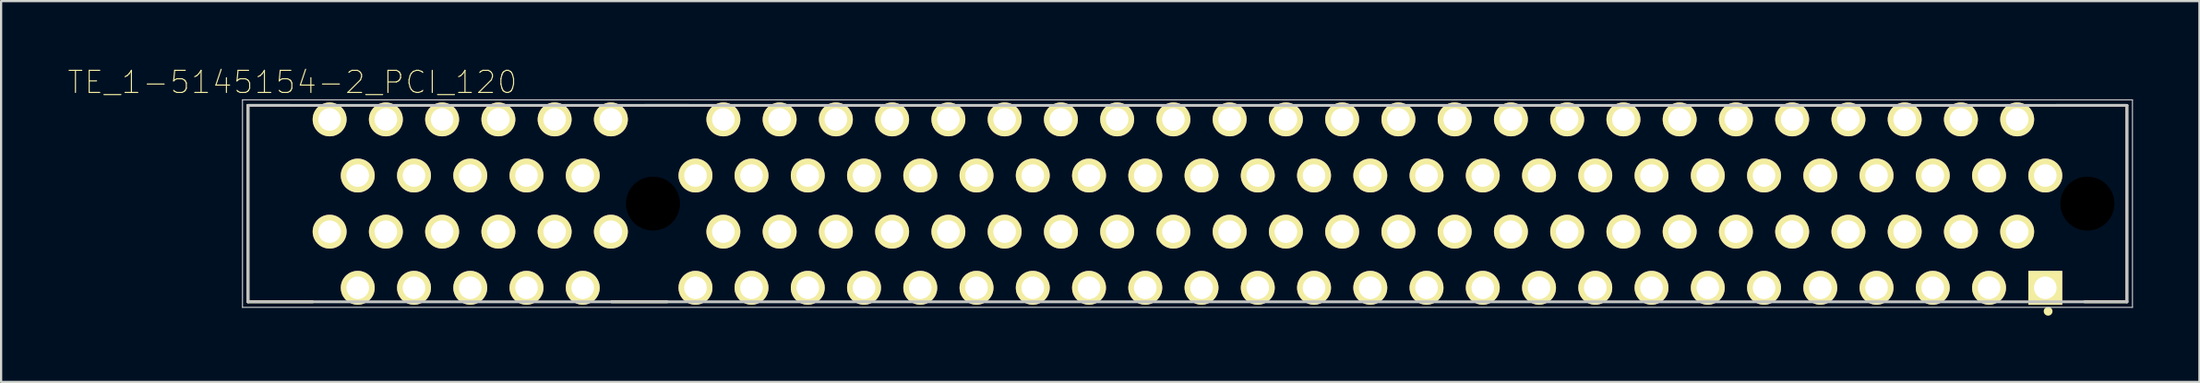
<source format=kicad_pcb>
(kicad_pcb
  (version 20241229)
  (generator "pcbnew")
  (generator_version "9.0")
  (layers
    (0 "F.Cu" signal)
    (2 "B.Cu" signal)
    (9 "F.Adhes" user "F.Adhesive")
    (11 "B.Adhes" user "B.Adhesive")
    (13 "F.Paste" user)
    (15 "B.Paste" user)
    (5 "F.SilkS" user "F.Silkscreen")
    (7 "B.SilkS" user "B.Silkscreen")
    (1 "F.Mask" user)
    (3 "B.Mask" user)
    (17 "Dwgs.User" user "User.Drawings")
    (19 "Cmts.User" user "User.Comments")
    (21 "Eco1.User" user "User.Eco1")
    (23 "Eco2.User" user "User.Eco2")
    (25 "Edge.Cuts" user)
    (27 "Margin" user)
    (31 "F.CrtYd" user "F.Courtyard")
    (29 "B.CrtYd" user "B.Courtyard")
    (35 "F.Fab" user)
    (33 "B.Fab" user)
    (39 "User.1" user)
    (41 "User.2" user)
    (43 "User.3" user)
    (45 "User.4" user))
  (footprint "TE_1-5145154-2_PCI_120"
    (layer "F.Cu")
    (at 50.569 6.165)
    (property "Reference" "TE_1-5145154-2_PCI_120" (at -40.416 -5.491 0) (layer "F.SilkS") (effects (font (size 1.001 1.001) (thickness 0.05))))
    (attr through_hole)
    (fp_line (start -42.42 -4.445) (end -40.5 -4.445) (stroke (width 0.127) (type solid)) (layer "F.SilkS"))
    (fp_line (start -42.42 4.445) (end -42.42 -4.445) (stroke (width 0.127) (type solid)) (layer "F.SilkS"))
    (fp_line (start -42.42 4.445) (end -39.5 4.445) (stroke (width 0.127) (type solid)) (layer "F.SilkS"))
    (fp_line (start -26 4.445) (end -23.5 4.445) (stroke (width 0.127) (type solid)) (layer "F.SilkS"))
    (fp_line (start -24.5 -4.445) (end -22.5 -4.445) (stroke (width 0.127) (type solid)) (layer "F.SilkS"))
    (fp_line (start 39.235 -4.445) (end 42.42 -4.445) (stroke (width 0.127) (type solid)) (layer "F.SilkS"))
    (fp_line (start 42.42 -4.445) (end 42.42 4.445) (stroke (width 0.127) (type solid)) (layer "F.SilkS"))
    (fp_line (start 42.42 4.445) (end 40.51 4.445) (stroke (width 0.127) (type solid)) (layer "F.SilkS"))
    (fp_circle (center 38.862 4.873) (end 38.962 4.873) (stroke (width 0.2) (type solid)) (fill no) (layer "F.SilkS"))
    (fp_line (start -42.67 -4.695) (end 42.67 -4.695) (stroke (width 0.05) (type solid)) (layer "Dwgs.User"))
    (fp_line (start -42.67 4.695) (end -42.67 -4.695) (stroke (width 0.05) (type solid)) (layer "Dwgs.User"))
    (fp_line (start -42.42 -4.445) (end 42.42 -4.445) (stroke (width 0.127) (type solid)) (layer "Dwgs.User"))
    (fp_line (start -42.42 4.445) (end -42.42 -4.445) (stroke (width 0.127) (type solid)) (layer "Dwgs.User"))
    (fp_line (start 42.42 -4.445) (end 42.42 4.445) (stroke (width 0.127) (type solid)) (layer "Dwgs.User"))
    (fp_line (start 42.42 4.445) (end -42.42 4.445) (stroke (width 0.127) (type solid)) (layer "Dwgs.User"))
    (fp_line (start 42.67 -4.695) (end 42.67 4.695) (stroke (width 0.05) (type solid)) (layer "Dwgs.User"))
    (fp_line (start 42.67 4.695) (end -42.67 4.695) (stroke (width 0.05) (type solid)) (layer "Dwgs.User"))
    (pad "" np_thru_hole circle (at -24.135 0) (size 2.44 2.44) (drill 2.44) (layers))
    (pad "" np_thru_hole circle (at 40.635 0) (size 2.44 2.44) (drill 2.44) (layers))
    (pad "1" thru_hole rect (at 38.735 3.81) (size 1.53 1.53) (drill 1.02) (layers "*.Cu" "*.Mask" "F.SilkS"))
    (pad "2" thru_hole circle (at 37.465 1.27) (size 1.53 1.53) (drill 1.02) (layers "*.Cu" "*.Mask" "F.SilkS"))
    (pad "3" thru_hole circle (at 36.195 3.81) (size 1.53 1.53) (drill 1.02) (layers "*.Cu" "*.Mask" "F.SilkS"))
    (pad "4" thru_hole circle (at 34.925 1.27) (size 1.53 1.53) (drill 1.02) (layers "*.Cu" "*.Mask" "F.SilkS"))
    (pad "5" thru_hole circle (at 33.655 3.81) (size 1.53 1.53) (drill 1.02) (layers "*.Cu" "*.Mask" "F.SilkS"))
    (pad "6" thru_hole circle (at 32.385 1.27) (size 1.53 1.53) (drill 1.02) (layers "*.Cu" "*.Mask" "F.SilkS"))
    (pad "7" thru_hole circle (at 31.115 3.81) (size 1.53 1.53) (drill 1.02) (layers "*.Cu" "*.Mask" "F.SilkS"))
    (pad "8" thru_hole circle (at 29.845 1.27) (size 1.53 1.53) (drill 1.02) (layers "*.Cu" "*.Mask" "F.SilkS"))
    (pad "9" thru_hole circle (at 28.575 3.81) (size 1.53 1.53) (drill 1.02) (layers "*.Cu" "*.Mask" "F.SilkS"))
    (pad "10" thru_hole circle (at 27.305 1.27) (size 1.53 1.53) (drill 1.02) (layers "*.Cu" "*.Mask" "F.SilkS"))
    (pad "11" thru_hole circle (at 26.035 3.81) (size 1.53 1.53) (drill 1.02) (layers "*.Cu" "*.Mask" "F.SilkS"))
    (pad "12" thru_hole circle (at 24.765 1.27) (size 1.53 1.53) (drill 1.02) (layers "*.Cu" "*.Mask" "F.SilkS"))
    (pad "13" thru_hole circle (at 23.495 3.81) (size 1.53 1.53) (drill 1.02) (layers "*.Cu" "*.Mask" "F.SilkS"))
    (pad "14" thru_hole circle (at 22.225 1.27) (size 1.53 1.53) (drill 1.02) (layers "*.Cu" "*.Mask" "F.SilkS"))
    (pad "15" thru_hole circle (at 20.955 3.81) (size 1.53 1.53) (drill 1.02) (layers "*.Cu" "*.Mask" "F.SilkS"))
    (pad "16" thru_hole circle (at 19.685 1.27) (size 1.53 1.53) (drill 1.02) (layers "*.Cu" "*.Mask" "F.SilkS"))
    (pad "17" thru_hole circle (at 18.415 3.81) (size 1.53 1.53) (drill 1.02) (layers "*.Cu" "*.Mask" "F.SilkS"))
    (pad "18" thru_hole circle (at 17.145 1.27) (size 1.53 1.53) (drill 1.02) (layers "*.Cu" "*.Mask" "F.SilkS"))
    (pad "19" thru_hole circle (at 15.875 3.81) (size 1.53 1.53) (drill 1.02) (layers "*.Cu" "*.Mask" "F.SilkS"))
    (pad "20" thru_hole circle (at 14.605 1.27) (size 1.53 1.53) (drill 1.02) (layers "*.Cu" "*.Mask" "F.SilkS"))
    (pad "21" thru_hole circle (at 13.335 3.81) (size 1.53 1.53) (drill 1.02) (layers "*.Cu" "*.Mask" "F.SilkS"))
    (pad "22" thru_hole circle (at 12.065 1.27) (size 1.53 1.53) (drill 1.02) (layers "*.Cu" "*.Mask" "F.SilkS"))
    (pad "23" thru_hole circle (at 10.795 3.81) (size 1.53 1.53) (drill 1.02) (layers "*.Cu" "*.Mask" "F.SilkS"))
    (pad "24" thru_hole circle (at 9.525 1.27) (size 1.53 1.53) (drill 1.02) (layers "*.Cu" "*.Mask" "F.SilkS"))
    (pad "25" thru_hole circle (at 8.255 3.81) (size 1.53 1.53) (drill 1.02) (layers "*.Cu" "*.Mask" "F.SilkS"))
    (pad "26" thru_hole circle (at 6.985 1.27) (size 1.53 1.53) (drill 1.02) (layers "*.Cu" "*.Mask" "F.SilkS"))
    (pad "27" thru_hole circle (at 5.715 3.81) (size 1.53 1.53) (drill 1.02) (layers "*.Cu" "*.Mask" "F.SilkS"))
    (pad "28" thru_hole circle (at 4.445 1.27) (size 1.53 1.53) (drill 1.02) (layers "*.Cu" "*.Mask" "F.SilkS"))
    (pad "29" thru_hole circle (at 3.175 3.81) (size 1.53 1.53) (drill 1.02) (layers "*.Cu" "*.Mask" "F.SilkS"))
    (pad "30" thru_hole circle (at 1.905 1.27) (size 1.53 1.53) (drill 1.02) (layers "*.Cu" "*.Mask" "F.SilkS"))
    (pad "31" thru_hole circle (at 0.635 3.81) (size 1.53 1.53) (drill 1.02) (layers "*.Cu" "*.Mask" "F.SilkS"))
    (pad "32" thru_hole circle (at -0.635 1.27) (size 1.53 1.53) (drill 1.02) (layers "*.Cu" "*.Mask" "F.SilkS"))
    (pad "33" thru_hole circle (at -1.905 3.81) (size 1.53 1.53) (drill 1.02) (layers "*.Cu" "*.Mask" "F.SilkS"))
    (pad "34" thru_hole circle (at -3.175 1.27) (size 1.53 1.53) (drill 1.02) (layers "*.Cu" "*.Mask" "F.SilkS"))
    (pad "35" thru_hole circle (at -4.445 3.81) (size 1.53 1.53) (drill 1.02) (layers "*.Cu" "*.Mask" "F.SilkS"))
    (pad "36" thru_hole circle (at -5.715 1.27) (size 1.53 1.53) (drill 1.02) (layers "*.Cu" "*.Mask" "F.SilkS"))
    (pad "37" thru_hole circle (at -6.985 3.81) (size 1.53 1.53) (drill 1.02) (layers "*.Cu" "*.Mask" "F.SilkS"))
    (pad "38" thru_hole circle (at -8.255 1.27) (size 1.53 1.53) (drill 1.02) (layers "*.Cu" "*.Mask" "F.SilkS"))
    (pad "39" thru_hole circle (at -9.525 3.81) (size 1.53 1.53) (drill 1.02) (layers "*.Cu" "*.Mask" "F.SilkS"))
    (pad "40" thru_hole circle (at -10.795 1.27) (size 1.53 1.53) (drill 1.02) (layers "*.Cu" "*.Mask" "F.SilkS"))
    (pad "41" thru_hole circle (at -12.065 3.81) (size 1.53 1.53) (drill 1.02) (layers "*.Cu" "*.Mask" "F.SilkS"))
    (pad "42" thru_hole circle (at -13.335 1.27) (size 1.53 1.53) (drill 1.02) (layers "*.Cu" "*.Mask" "F.SilkS"))
    (pad "43" thru_hole circle (at -14.605 3.81) (size 1.53 1.53) (drill 1.02) (layers "*.Cu" "*.Mask" "F.SilkS"))
    (pad "44" thru_hole circle (at -15.875 1.27) (size 1.53 1.53) (drill 1.02) (layers "*.Cu" "*.Mask" "F.SilkS"))
    (pad "45" thru_hole circle (at -17.145 3.81) (size 1.53 1.53) (drill 1.02) (layers "*.Cu" "*.Mask" "F.SilkS"))
    (pad "46" thru_hole circle (at -18.415 1.27) (size 1.53 1.53) (drill 1.02) (layers "*.Cu" "*.Mask" "F.SilkS"))
    (pad "47" thru_hole circle (at -19.685 3.81) (size 1.53 1.53) (drill 1.02) (layers "*.Cu" "*.Mask" "F.SilkS"))
    (pad "48" thru_hole circle (at -20.955 1.27) (size 1.53 1.53) (drill 1.02) (layers "*.Cu" "*.Mask" "F.SilkS"))
    (pad "49" thru_hole circle (at -22.215 3.81) (size 1.53 1.53) (drill 1.02) (layers "*.Cu" "*.Mask" "F.SilkS"))
    (pad "50" thru_hole circle (at -26.035 1.27) (size 1.53 1.53) (drill 1.02) (layers "*.Cu" "*.Mask" "F.SilkS"))
    (pad "51" thru_hole circle (at -27.305 3.81) (size 1.53 1.53) (drill 1.02) (layers "*.Cu" "*.Mask" "F.SilkS"))
    (pad "52" thru_hole circle (at -28.575 1.27) (size 1.53 1.53) (drill 1.02) (layers "*.Cu" "*.Mask" "F.SilkS"))
    (pad "53" thru_hole circle (at -29.845 3.81) (size 1.53 1.53) (drill 1.02) (layers "*.Cu" "*.Mask" "F.SilkS"))
    (pad "54" thru_hole circle (at -31.115 1.27) (size 1.53 1.53) (drill 1.02) (layers "*.Cu" "*.Mask" "F.SilkS"))
    (pad "55" thru_hole circle (at -32.385 3.81) (size 1.53 1.53) (drill 1.02) (layers "*.Cu" "*.Mask" "F.SilkS"))
    (pad "56" thru_hole circle (at -33.655 1.27) (size 1.53 1.53) (drill 1.02) (layers "*.Cu" "*.Mask" "F.SilkS"))
    (pad "57" thru_hole circle (at -34.925 3.81) (size 1.53 1.53) (drill 1.02) (layers "*.Cu" "*.Mask" "F.SilkS"))
    (pad "58" thru_hole circle (at -36.195 1.27) (size 1.53 1.53) (drill 1.02) (layers "*.Cu" "*.Mask" "F.SilkS"))
    (pad "59" thru_hole circle (at -37.465 3.81) (size 1.53 1.53) (drill 1.02) (layers "*.Cu" "*.Mask" "F.SilkS"))
    (pad "60" thru_hole circle (at -38.735 1.27) (size 1.53 1.53) (drill 1.02) (layers "*.Cu" "*.Mask" "F.SilkS"))
    (pad "61" thru_hole circle (at 38.735 -1.27) (size 1.53 1.53) (drill 1.02) (layers "*.Cu" "*.Mask" "F.SilkS"))
    (pad "62" thru_hole circle (at 37.465 -3.81) (size 1.53 1.53) (drill 1.02) (layers "*.Cu" "*.Mask" "F.SilkS"))
    (pad "63" thru_hole circle (at 36.195 -1.27) (size 1.53 1.53) (drill 1.02) (layers "*.Cu" "*.Mask" "F.SilkS"))
    (pad "64" thru_hole circle (at 34.925 -3.81) (size 1.53 1.53) (drill 1.02) (layers "*.Cu" "*.Mask" "F.SilkS"))
    (pad "65" thru_hole circle (at 33.655 -1.27) (size 1.53 1.53) (drill 1.02) (layers "*.Cu" "*.Mask" "F.SilkS"))
    (pad "66" thru_hole circle (at 32.385 -3.81) (size 1.53 1.53) (drill 1.02) (layers "*.Cu" "*.Mask" "F.SilkS"))
    (pad "67" thru_hole circle (at 31.115 -1.27) (size 1.53 1.53) (drill 1.02) (layers "*.Cu" "*.Mask" "F.SilkS"))
    (pad "68" thru_hole circle (at 29.845 -3.81) (size 1.53 1.53) (drill 1.02) (layers "*.Cu" "*.Mask" "F.SilkS"))
    (pad "69" thru_hole circle (at 28.575 -1.27) (size 1.53 1.53) (drill 1.02) (layers "*.Cu" "*.Mask" "F.SilkS"))
    (pad "70" thru_hole circle (at 27.305 -3.81) (size 1.53 1.53) (drill 1.02) (layers "*.Cu" "*.Mask" "F.SilkS"))
    (pad "71" thru_hole circle (at 26.035 -1.27) (size 1.53 1.53) (drill 1.02) (layers "*.Cu" "*.Mask" "F.SilkS"))
    (pad "72" thru_hole circle (at 24.765 -3.81) (size 1.53 1.53) (drill 1.02) (layers "*.Cu" "*.Mask" "F.SilkS"))
    (pad "73" thru_hole circle (at 23.495 -1.27) (size 1.53 1.53) (drill 1.02) (layers "*.Cu" "*.Mask" "F.SilkS"))
    (pad "74" thru_hole circle (at 22.225 -3.81) (size 1.53 1.53) (drill 1.02) (layers "*.Cu" "*.Mask" "F.SilkS"))
    (pad "75" thru_hole circle (at 20.955 -1.27) (size 1.53 1.53) (drill 1.02) (layers "*.Cu" "*.Mask" "F.SilkS"))
    (pad "76" thru_hole circle (at 19.685 -3.81) (size 1.53 1.53) (drill 1.02) (layers "*.Cu" "*.Mask" "F.SilkS"))
    (pad "77" thru_hole circle (at 18.415 -1.27) (size 1.53 1.53) (drill 1.02) (layers "*.Cu" "*.Mask" "F.SilkS"))
    (pad "78" thru_hole circle (at 17.145 -3.81) (size 1.53 1.53) (drill 1.02) (layers "*.Cu" "*.Mask" "F.SilkS"))
    (pad "79" thru_hole circle (at 15.875 -1.27) (size 1.53 1.53) (drill 1.02) (layers "*.Cu" "*.Mask" "F.SilkS"))
    (pad "80" thru_hole circle (at 14.605 -3.81) (size 1.53 1.53) (drill 1.02) (layers "*.Cu" "*.Mask" "F.SilkS"))
    (pad "81" thru_hole circle (at 13.335 -1.27) (size 1.53 1.53) (drill 1.02) (layers "*.Cu" "*.Mask" "F.SilkS"))
    (pad "82" thru_hole circle (at 12.065 -3.81) (size 1.53 1.53) (drill 1.02) (layers "*.Cu" "*.Mask" "F.SilkS"))
    (pad "83" thru_hole circle (at 10.795 -1.27) (size 1.53 1.53) (drill 1.02) (layers "*.Cu" "*.Mask" "F.SilkS"))
    (pad "84" thru_hole circle (at 9.525 -3.81) (size 1.53 1.53) (drill 1.02) (layers "*.Cu" "*.Mask" "F.SilkS"))
    (pad "85" thru_hole circle (at 8.255 -1.27) (size 1.53 1.53) (drill 1.02) (layers "*.Cu" "*.Mask" "F.SilkS"))
    (pad "86" thru_hole circle (at 6.985 -3.81) (size 1.53 1.53) (drill 1.02) (layers "*.Cu" "*.Mask" "F.SilkS"))
    (pad "87" thru_hole circle (at 5.715 -1.27) (size 1.53 1.53) (drill 1.02) (layers "*.Cu" "*.Mask" "F.SilkS"))
    (pad "88" thru_hole circle (at 4.445 -3.81) (size 1.53 1.53) (drill 1.02) (layers "*.Cu" "*.Mask" "F.SilkS"))
    (pad "89" thru_hole circle (at 3.175 -1.27) (size 1.53 1.53) (drill 1.02) (layers "*.Cu" "*.Mask" "F.SilkS"))
    (pad "90" thru_hole circle (at 1.905 -3.81) (size 1.53 1.53) (drill 1.02) (layers "*.Cu" "*.Mask" "F.SilkS"))
    (pad "91" thru_hole circle (at 0.635 -1.27) (size 1.53 1.53) (drill 1.02) (layers "*.Cu" "*.Mask" "F.SilkS"))
    (pad "92" thru_hole circle (at -0.635 -3.81) (size 1.53 1.53) (drill 1.02) (layers "*.Cu" "*.Mask" "F.SilkS"))
    (pad "93" thru_hole circle (at -1.905 -1.27) (size 1.53 1.53) (drill 1.02) (layers "*.Cu" "*.Mask" "F.SilkS"))
    (pad "94" thru_hole circle (at -3.175 -3.81) (size 1.53 1.53) (drill 1.02) (layers "*.Cu" "*.Mask" "F.SilkS"))
    (pad "95" thru_hole circle (at -4.445 -1.27) (size 1.53 1.53) (drill 1.02) (layers "*.Cu" "*.Mask" "F.SilkS"))
    (pad "96" thru_hole circle (at -5.715 -3.81) (size 1.53 1.53) (drill 1.02) (layers "*.Cu" "*.Mask" "F.SilkS"))
    (pad "97" thru_hole circle (at -6.985 -1.27) (size 1.53 1.53) (drill 1.02) (layers "*.Cu" "*.Mask" "F.SilkS"))
    (pad "98" thru_hole circle (at -8.255 -3.81) (size 1.53 1.53) (drill 1.02) (layers "*.Cu" "*.Mask" "F.SilkS"))
    (pad "99" thru_hole circle (at -9.525 -1.27) (size 1.53 1.53) (drill 1.02) (layers "*.Cu" "*.Mask" "F.SilkS"))
    (pad "100" thru_hole circle (at -10.795 -3.81) (size 1.53 1.53) (drill 1.02) (layers "*.Cu" "*.Mask" "F.SilkS"))
    (pad "101" thru_hole circle (at -12.065 -1.27) (size 1.53 1.53) (drill 1.02) (layers "*.Cu" "*.Mask" "F.SilkS"))
    (pad "102" thru_hole circle (at -13.335 -3.81) (size 1.53 1.53) (drill 1.02) (layers "*.Cu" "*.Mask" "F.SilkS"))
    (pad "103" thru_hole circle (at -14.605 -1.27) (size 1.53 1.53) (drill 1.02) (layers "*.Cu" "*.Mask" "F.SilkS"))
    (pad "104" thru_hole circle (at -15.875 -3.81) (size 1.53 1.53) (drill 1.02) (layers "*.Cu" "*.Mask" "F.SilkS"))
    (pad "105" thru_hole circle (at -17.145 -1.27) (size 1.53 1.53) (drill 1.02) (layers "*.Cu" "*.Mask" "F.SilkS"))
    (pad "106" thru_hole circle (at -18.415 -3.81) (size 1.53 1.53) (drill 1.02) (layers "*.Cu" "*.Mask" "F.SilkS"))
    (pad "107" thru_hole circle (at -19.685 -1.27) (size 1.53 1.53) (drill 1.02) (layers "*.Cu" "*.Mask" "F.SilkS"))
    (pad "108" thru_hole circle (at -20.955 -3.81) (size 1.53 1.53) (drill 1.02) (layers "*.Cu" "*.Mask" "F.SilkS"))
    (pad "109" thru_hole circle (at -22.215 -1.27) (size 1.53 1.53) (drill 1.02) (layers "*.Cu" "*.Mask" "F.SilkS"))
    (pad "110" thru_hole circle (at -26.035 -3.81) (size 1.53 1.53) (drill 1.02) (layers "*.Cu" "*.Mask" "F.SilkS"))
    (pad "111" thru_hole circle (at -27.305 -1.27) (size 1.53 1.53) (drill 1.02) (layers "*.Cu" "*.Mask" "F.SilkS"))
    (pad "112" thru_hole circle (at -28.575 -3.81) (size 1.53 1.53) (drill 1.02) (layers "*.Cu" "*.Mask" "F.SilkS"))
    (pad "113" thru_hole circle (at -29.845 -1.27) (size 1.53 1.53) (drill 1.02) (layers "*.Cu" "*.Mask" "F.SilkS"))
    (pad "114" thru_hole circle (at -31.115 -3.81) (size 1.53 1.53) (drill 1.02) (layers "*.Cu" "*.Mask" "F.SilkS"))
    (pad "115" thru_hole circle (at -32.385 -1.27) (size 1.53 1.53) (drill 1.02) (layers "*.Cu" "*.Mask" "F.SilkS"))
    (pad "116" thru_hole circle (at -33.655 -3.81) (size 1.53 1.53) (drill 1.02) (layers "*.Cu" "*.Mask" "F.SilkS"))
    (pad "117" thru_hole circle (at -34.925 -1.27) (size 1.53 1.53) (drill 1.02) (layers "*.Cu" "*.Mask" "F.SilkS"))
    (pad "118" thru_hole circle (at -36.195 -3.81) (size 1.53 1.53) (drill 1.02) (layers "*.Cu" "*.Mask" "F.SilkS"))
    (pad "119" thru_hole circle (at -37.465 -1.27) (size 1.53 1.53) (drill 1.02) (layers "*.Cu" "*.Mask" "F.SilkS"))
    (pad "120" thru_hole circle (at -38.735 -3.81) (size 1.53 1.53) (drill 1.02) (layers "*.Cu" "*.Mask" "F.SilkS")))
  (gr_rect
    (start -3 -3)
    (end 96.264 14.238)
    (stroke (width 0.1) (type default))
    (fill no)
    (layer "Edge.Cuts")))
</source>
